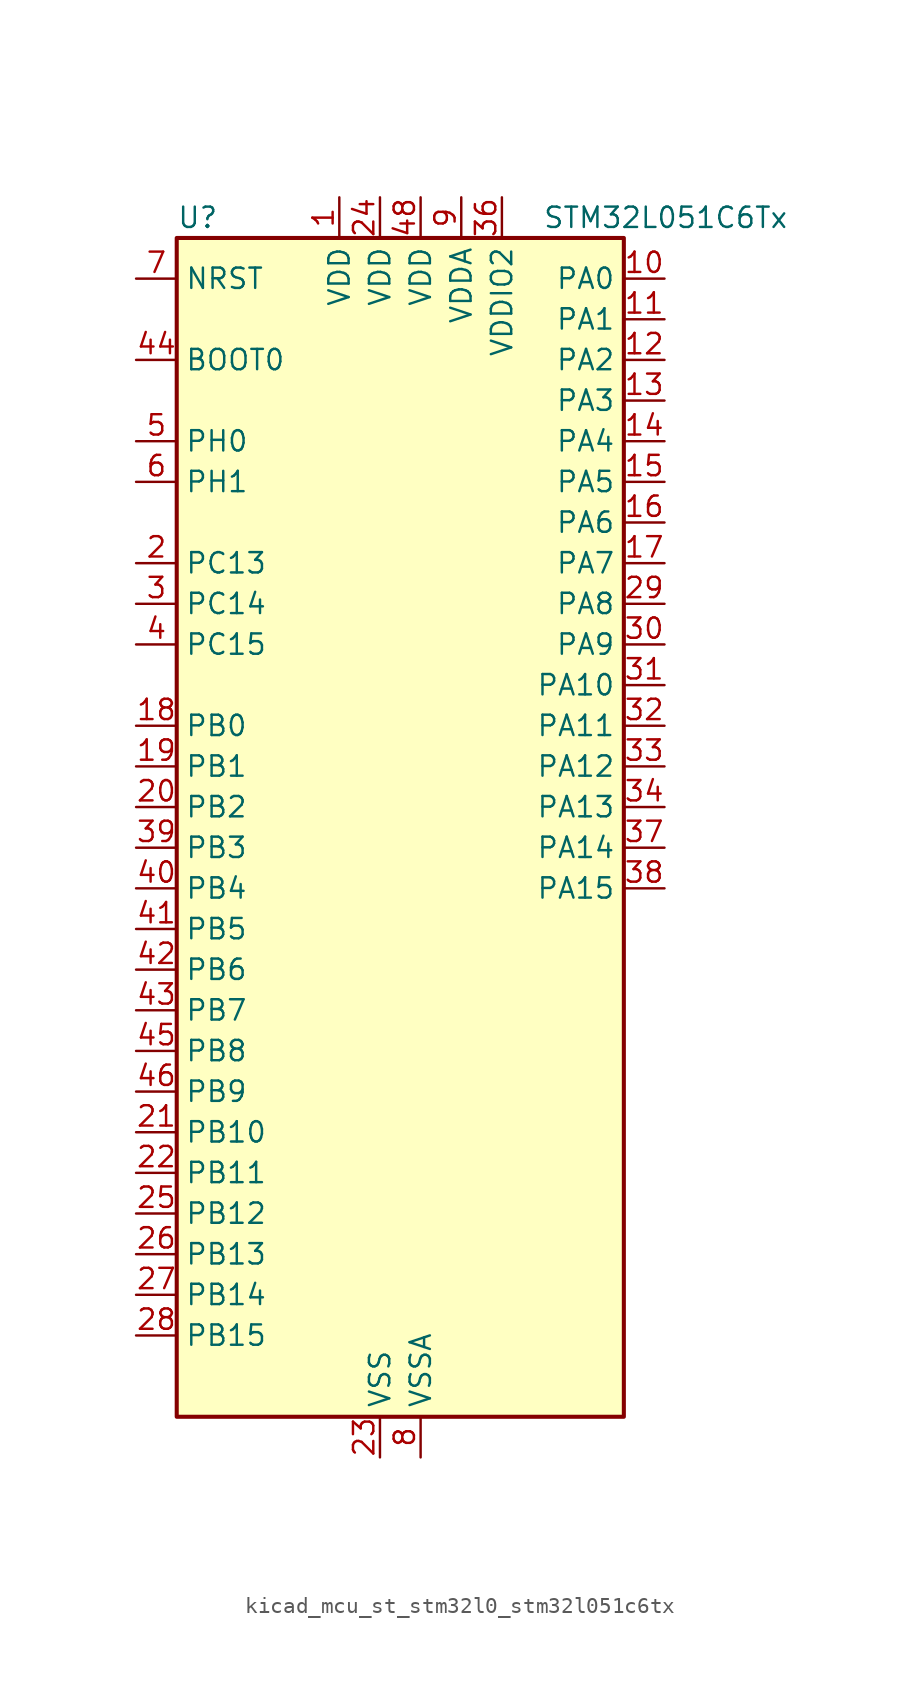
<source format=kicad_sym>
(kicad_symbol_lib
  (version 20220914)
  (generator kicad_symbol_editor)
  (symbol "kicad_mcu_st_stm32l0_stm32l051c6tx"
    (property "Reference" "U"
      (at -12.7 39.37 0)
      (effects (font (size 1.27 1.27)) (justify left)))
    (property "Value" "STM32L051C6Tx"
      (at 10.16 39.37 0)
      (effects (font (size 1.27 1.27)) (justify left)))
    (property "ki_locked" ""
      (at 0 0 0)
      (effects (font (size 1.27 1.27))))
    (symbol "kicad_mcu_st_stm32l0_stm32l051c6tx_0_1"
      (rectangle (start -12.7 -35.56) (end 15.24 38.1) (stroke (width 0.254) (type default)) (fill (type background))))
    (symbol "kicad_mcu_st_stm32l0_stm32l051c6tx_1_1"
      (pin power_in line (at -2.54 40.64 270) (length 2.54) (name "VDD" (effects (font (size 1.27 1.27)))) (number "1" (effects (font (size 1.27 1.27)))))
      (pin bidirectional line (at 17.78 35.56 180) (length 2.54) (name "PA0" (effects (font (size 1.27 1.27)))) (number "10" (effects (font (size 1.27 1.27)))) (alternate "ADC_IN0" bidirectional line) (alternate "COMP1_INM" bidirectional line) (alternate "COMP1_OUT" bidirectional line) (alternate "RTC_TAMP2" bidirectional line) (alternate "SYS_WKUP1" bidirectional line) (alternate "TIM2_CH1" bidirectional line) (alternate "TIM2_ETR" bidirectional line) (alternate "USART2_CTS" bidirectional line))
      (pin bidirectional line (at 17.78 33.02 180) (length 2.54) (name "PA1" (effects (font (size 1.27 1.27)))) (number "11" (effects (font (size 1.27 1.27)))) (alternate "ADC_IN1" bidirectional line) (alternate "COMP1_INP" bidirectional line) (alternate "TIM21_ETR" bidirectional line) (alternate "TIM2_CH2" bidirectional line) (alternate "USART2_DE" bidirectional line) (alternate "USART2_RTS" bidirectional line))
      (pin bidirectional line (at 17.78 30.48 180) (length 2.54) (name "PA2" (effects (font (size 1.27 1.27)))) (number "12" (effects (font (size 1.27 1.27)))) (alternate "ADC_IN2" bidirectional line) (alternate "COMP2_INM" bidirectional line) (alternate "COMP2_OUT" bidirectional line) (alternate "TIM21_CH1" bidirectional line) (alternate "TIM2_CH3" bidirectional line) (alternate "USART2_TX" bidirectional line))
      (pin bidirectional line (at 17.78 27.94 180) (length 2.54) (name "PA3" (effects (font (size 1.27 1.27)))) (number "13" (effects (font (size 1.27 1.27)))) (alternate "ADC_IN3" bidirectional line) (alternate "COMP2_INP" bidirectional line) (alternate "TIM21_CH2" bidirectional line) (alternate "TIM2_CH4" bidirectional line) (alternate "USART2_RX" bidirectional line))
      (pin bidirectional line (at 17.78 25.4 180) (length 2.54) (name "PA4" (effects (font (size 1.27 1.27)))) (number "14" (effects (font (size 1.27 1.27)))) (alternate "ADC_IN4" bidirectional line) (alternate "COMP1_INM" bidirectional line) (alternate "COMP2_INM" bidirectional line) (alternate "SPI1_NSS" bidirectional line) (alternate "TIM22_ETR" bidirectional line) (alternate "USART2_CK" bidirectional line))
      (pin bidirectional line (at 17.78 22.86 180) (length 2.54) (name "PA5" (effects (font (size 1.27 1.27)))) (number "15" (effects (font (size 1.27 1.27)))) (alternate "ADC_IN5" bidirectional line) (alternate "COMP1_INM" bidirectional line) (alternate "COMP2_INM" bidirectional line) (alternate "SPI1_SCK" bidirectional line) (alternate "TIM2_CH1" bidirectional line) (alternate "TIM2_ETR" bidirectional line))
      (pin bidirectional line (at 17.78 20.32 180) (length 2.54) (name "PA6" (effects (font (size 1.27 1.27)))) (number "16" (effects (font (size 1.27 1.27)))) (alternate "ADC_IN6" bidirectional line) (alternate "COMP1_OUT" bidirectional line) (alternate "LPUART1_CTS" bidirectional line) (alternate "SPI1_MISO" bidirectional line) (alternate "TIM22_CH1" bidirectional line))
      (pin bidirectional line (at 17.78 17.78 180) (length 2.54) (name "PA7" (effects (font (size 1.27 1.27)))) (number "17" (effects (font (size 1.27 1.27)))) (alternate "ADC_IN7" bidirectional line) (alternate "COMP2_OUT" bidirectional line) (alternate "SPI1_MOSI" bidirectional line) (alternate "TIM22_CH2" bidirectional line))
      (pin bidirectional line (at -15.24 7.62 0) (length 2.54) (name "PB0" (effects (font (size 1.27 1.27)))) (number "18" (effects (font (size 1.27 1.27)))) (alternate "ADC_IN8" bidirectional line) (alternate "SYS_VREF_OUT_PB0" bidirectional line))
      (pin bidirectional line (at -15.24 5.08 0) (length 2.54) (name "PB1" (effects (font (size 1.27 1.27)))) (number "19" (effects (font (size 1.27 1.27)))) (alternate "ADC_IN9" bidirectional line) (alternate "LPUART1_DE" bidirectional line) (alternate "LPUART1_RTS" bidirectional line) (alternate "SYS_VREF_OUT_PB1" bidirectional line))
      (pin bidirectional line (at -15.24 17.78 0) (length 2.54) (name "PC13" (effects (font (size 1.27 1.27)))) (number "2" (effects (font (size 1.27 1.27)))) (alternate "RTC_OUT_ALARM" bidirectional line) (alternate "RTC_OUT_CALIB" bidirectional line) (alternate "RTC_TAMP1" bidirectional line) (alternate "RTC_TS" bidirectional line) (alternate "SYS_WKUP2" bidirectional line))
      (pin bidirectional line (at -15.24 2.54 0) (length 2.54) (name "PB2" (effects (font (size 1.27 1.27)))) (number "20" (effects (font (size 1.27 1.27)))) (alternate "LPTIM1_OUT" bidirectional line))
      (pin bidirectional line (at -15.24 -17.78 0) (length 2.54) (name "PB10" (effects (font (size 1.27 1.27)))) (number "21" (effects (font (size 1.27 1.27)))) (alternate "I2C2_SCL" bidirectional line) (alternate "LPUART1_TX" bidirectional line) (alternate "SPI2_SCK" bidirectional line) (alternate "TIM2_CH3" bidirectional line))
      (pin bidirectional line (at -15.24 -20.32 0) (length 2.54) (name "PB11" (effects (font (size 1.27 1.27)))) (number "22" (effects (font (size 1.27 1.27)))) (alternate "ADC_EXTI11" bidirectional line) (alternate "I2C2_SDA" bidirectional line) (alternate "LPUART1_RX" bidirectional line) (alternate "TIM2_CH4" bidirectional line))
      (pin power_in line (at 0 -38.1 90) (length 2.54) (name "VSS" (effects (font (size 1.27 1.27)))) (number "23" (effects (font (size 1.27 1.27)))))
      (pin power_in line (at 0 40.64 270) (length 2.54) (name "VDD" (effects (font (size 1.27 1.27)))) (number "24" (effects (font (size 1.27 1.27)))))
      (pin bidirectional line (at -15.24 -22.86 0) (length 2.54) (name "PB12" (effects (font (size 1.27 1.27)))) (number "25" (effects (font (size 1.27 1.27)))) (alternate "I2S2_WS" bidirectional line) (alternate "LPUART1_DE" bidirectional line) (alternate "LPUART1_RTS" bidirectional line) (alternate "SPI2_NSS" bidirectional line))
      (pin bidirectional line (at -15.24 -25.4 0) (length 2.54) (name "PB13" (effects (font (size 1.27 1.27)))) (number "26" (effects (font (size 1.27 1.27)))) (alternate "I2C2_SCL" bidirectional line) (alternate "I2S2_CK" bidirectional line) (alternate "LPUART1_CTS" bidirectional line) (alternate "SPI2_SCK" bidirectional line) (alternate "TIM21_CH1" bidirectional line))
      (pin bidirectional line (at -15.24 -27.94 0) (length 2.54) (name "PB14" (effects (font (size 1.27 1.27)))) (number "27" (effects (font (size 1.27 1.27)))) (alternate "I2C2_SDA" bidirectional line) (alternate "I2S2_MCK" bidirectional line) (alternate "LPUART1_DE" bidirectional line) (alternate "LPUART1_RTS" bidirectional line) (alternate "RTC_OUT_ALARM" bidirectional line) (alternate "RTC_OUT_CALIB" bidirectional line) (alternate "SPI2_MISO" bidirectional line) (alternate "TIM21_CH2" bidirectional line))
      (pin bidirectional line (at -15.24 -30.48 0) (length 2.54) (name "PB15" (effects (font (size 1.27 1.27)))) (number "28" (effects (font (size 1.27 1.27)))) (alternate "I2S2_SD" bidirectional line) (alternate "RTC_REFIN" bidirectional line) (alternate "SPI2_MOSI" bidirectional line))
      (pin bidirectional line (at 17.78 15.24 180) (length 2.54) (name "PA8" (effects (font (size 1.27 1.27)))) (number "29" (effects (font (size 1.27 1.27)))) (alternate "RCC_MCO" bidirectional line) (alternate "USART1_CK" bidirectional line))
      (pin bidirectional line (at -15.24 15.24 0) (length 2.54) (name "PC14" (effects (font (size 1.27 1.27)))) (number "3" (effects (font (size 1.27 1.27)))) (alternate "RCC_OSC32_IN" bidirectional line))
      (pin bidirectional line (at 17.78 12.7 180) (length 2.54) (name "PA9" (effects (font (size 1.27 1.27)))) (number "30" (effects (font (size 1.27 1.27)))) (alternate "RCC_MCO" bidirectional line) (alternate "USART1_TX" bidirectional line))
      (pin bidirectional line (at 17.78 10.16 180) (length 2.54) (name "PA10" (effects (font (size 1.27 1.27)))) (number "31" (effects (font (size 1.27 1.27)))) (alternate "USART1_RX" bidirectional line))
      (pin bidirectional line (at 17.78 7.62 180) (length 2.54) (name "PA11" (effects (font (size 1.27 1.27)))) (number "32" (effects (font (size 1.27 1.27)))) (alternate "ADC_EXTI11" bidirectional line) (alternate "COMP1_OUT" bidirectional line) (alternate "SPI1_MISO" bidirectional line) (alternate "USART1_CTS" bidirectional line))
      (pin bidirectional line (at 17.78 5.08 180) (length 2.54) (name "PA12" (effects (font (size 1.27 1.27)))) (number "33" (effects (font (size 1.27 1.27)))) (alternate "COMP2_OUT" bidirectional line) (alternate "SPI1_MOSI" bidirectional line) (alternate "USART1_DE" bidirectional line) (alternate "USART1_RTS" bidirectional line))
      (pin bidirectional line (at 17.78 2.54 180) (length 2.54) (name "PA13" (effects (font (size 1.27 1.27)))) (number "34" (effects (font (size 1.27 1.27)))) (alternate "SYS_SWDIO" bidirectional line))
      (pin passive line (at 0 -38.1 90) (length 2.54) hide (name "VSS" (effects (font (size 1.27 1.27)))) (number "35" (effects (font (size 1.27 1.27)))))
      (pin power_in line (at 7.62 40.64 270) (length 2.54) (name "VDDIO2" (effects (font (size 1.27 1.27)))) (number "36" (effects (font (size 1.27 1.27)))))
      (pin bidirectional line (at 17.78 0 180) (length 2.54) (name "PA14" (effects (font (size 1.27 1.27)))) (number "37" (effects (font (size 1.27 1.27)))) (alternate "SYS_SWCLK" bidirectional line) (alternate "USART2_TX" bidirectional line))
      (pin bidirectional line (at 17.78 -2.54 180) (length 2.54) (name "PA15" (effects (font (size 1.27 1.27)))) (number "38" (effects (font (size 1.27 1.27)))) (alternate "SPI1_NSS" bidirectional line) (alternate "TIM2_CH1" bidirectional line) (alternate "TIM2_ETR" bidirectional line) (alternate "USART2_RX" bidirectional line))
      (pin bidirectional line (at -15.24 0 0) (length 2.54) (name "PB3" (effects (font (size 1.27 1.27)))) (number "39" (effects (font (size 1.27 1.27)))) (alternate "COMP2_INM" bidirectional line) (alternate "SPI1_SCK" bidirectional line) (alternate "TIM2_CH2" bidirectional line))
      (pin bidirectional line (at -15.24 12.7 0) (length 2.54) (name "PC15" (effects (font (size 1.27 1.27)))) (number "4" (effects (font (size 1.27 1.27)))) (alternate "RCC_OSC32_OUT" bidirectional line))
      (pin bidirectional line (at -15.24 -2.54 0) (length 2.54) (name "PB4" (effects (font (size 1.27 1.27)))) (number "40" (effects (font (size 1.27 1.27)))) (alternate "COMP2_INP" bidirectional line) (alternate "SPI1_MISO" bidirectional line) (alternate "TIM22_CH1" bidirectional line))
      (pin bidirectional line (at -15.24 -5.08 0) (length 2.54) (name "PB5" (effects (font (size 1.27 1.27)))) (number "41" (effects (font (size 1.27 1.27)))) (alternate "COMP2_INP" bidirectional line) (alternate "I2C1_SMBA" bidirectional line) (alternate "LPTIM1_IN1" bidirectional line) (alternate "SPI1_MOSI" bidirectional line) (alternate "TIM22_CH2" bidirectional line))
      (pin bidirectional line (at -15.24 -7.62 0) (length 2.54) (name "PB6" (effects (font (size 1.27 1.27)))) (number "42" (effects (font (size 1.27 1.27)))) (alternate "COMP2_INP" bidirectional line) (alternate "I2C1_SCL" bidirectional line) (alternate "LPTIM1_ETR" bidirectional line) (alternate "USART1_TX" bidirectional line))
      (pin bidirectional line (at -15.24 -10.16 0) (length 2.54) (name "PB7" (effects (font (size 1.27 1.27)))) (number "43" (effects (font (size 1.27 1.27)))) (alternate "COMP2_INP" bidirectional line) (alternate "I2C1_SDA" bidirectional line) (alternate "LPTIM1_IN2" bidirectional line) (alternate "SYS_PVD_IN" bidirectional line) (alternate "USART1_RX" bidirectional line))
      (pin input line (at -15.24 30.48 0) (length 2.54) (name "BOOT0" (effects (font (size 1.27 1.27)))) (number "44" (effects (font (size 1.27 1.27)))))
      (pin bidirectional line (at -15.24 -12.7 0) (length 2.54) (name "PB8" (effects (font (size 1.27 1.27)))) (number "45" (effects (font (size 1.27 1.27)))) (alternate "I2C1_SCL" bidirectional line))
      (pin bidirectional line (at -15.24 -15.24 0) (length 2.54) (name "PB9" (effects (font (size 1.27 1.27)))) (number "46" (effects (font (size 1.27 1.27)))) (alternate "I2C1_SDA" bidirectional line) (alternate "I2S2_WS" bidirectional line) (alternate "SPI2_NSS" bidirectional line))
      (pin passive line (at 0 -38.1 90) (length 2.54) hide (name "VSS" (effects (font (size 1.27 1.27)))) (number "47" (effects (font (size 1.27 1.27)))))
      (pin power_in line (at 2.54 40.64 270) (length 2.54) (name "VDD" (effects (font (size 1.27 1.27)))) (number "48" (effects (font (size 1.27 1.27)))))
      (pin bidirectional line (at -15.24 25.4 0) (length 2.54) (name "PH0" (effects (font (size 1.27 1.27)))) (number "5" (effects (font (size 1.27 1.27)))) (alternate "RCC_OSC_IN" bidirectional line))
      (pin bidirectional line (at -15.24 22.86 0) (length 2.54) (name "PH1" (effects (font (size 1.27 1.27)))) (number "6" (effects (font (size 1.27 1.27)))) (alternate "RCC_OSC_OUT" bidirectional line))
      (pin input line (at -15.24 35.56 0) (length 2.54) (name "NRST" (effects (font (size 1.27 1.27)))) (number "7" (effects (font (size 1.27 1.27)))))
      (pin power_in line (at 2.54 -38.1 90) (length 2.54) (name "VSSA" (effects (font (size 1.27 1.27)))) (number "8" (effects (font (size 1.27 1.27)))))
      (pin power_in line (at 5.08 40.64 270) (length 2.54) (name "VDDA" (effects (font (size 1.27 1.27)))) (number "9" (effects (font (size 1.27 1.27))))))))
</source>
